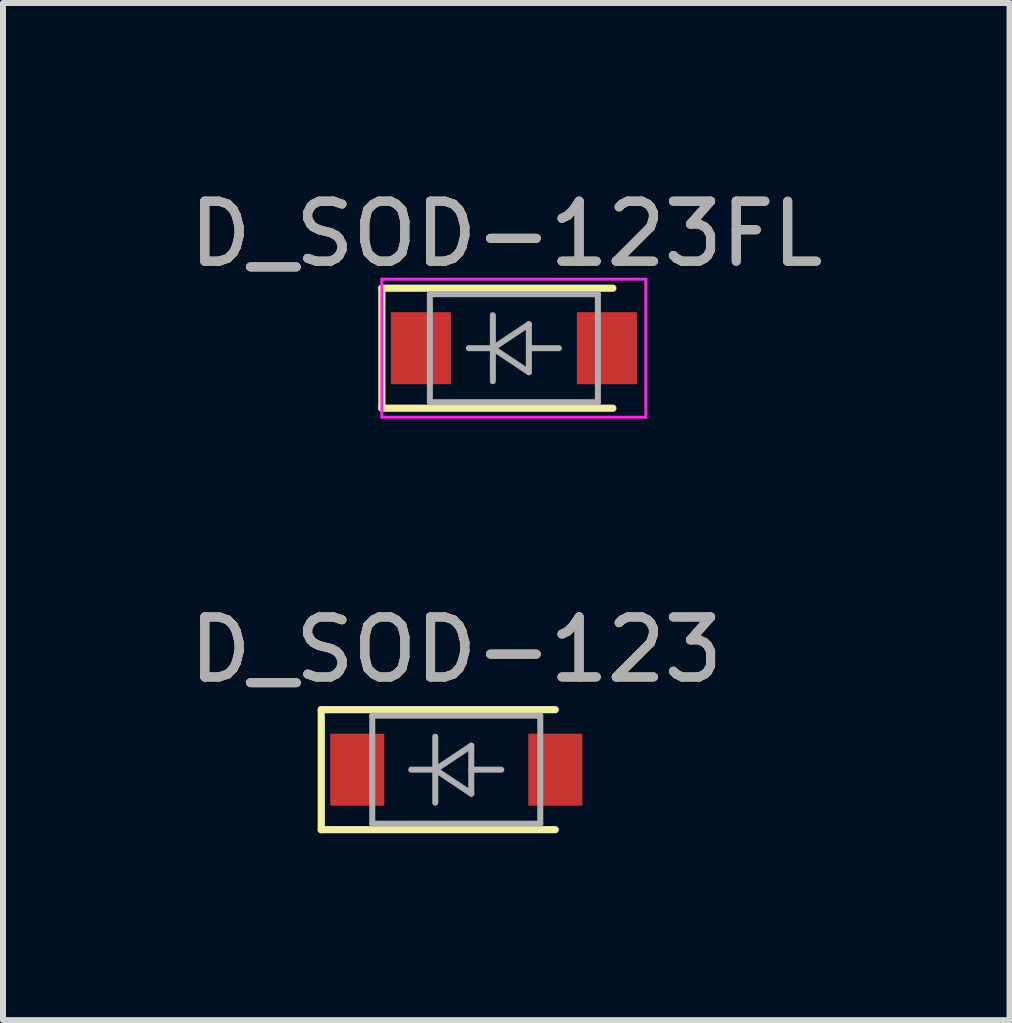
<source format=kicad_pcb>
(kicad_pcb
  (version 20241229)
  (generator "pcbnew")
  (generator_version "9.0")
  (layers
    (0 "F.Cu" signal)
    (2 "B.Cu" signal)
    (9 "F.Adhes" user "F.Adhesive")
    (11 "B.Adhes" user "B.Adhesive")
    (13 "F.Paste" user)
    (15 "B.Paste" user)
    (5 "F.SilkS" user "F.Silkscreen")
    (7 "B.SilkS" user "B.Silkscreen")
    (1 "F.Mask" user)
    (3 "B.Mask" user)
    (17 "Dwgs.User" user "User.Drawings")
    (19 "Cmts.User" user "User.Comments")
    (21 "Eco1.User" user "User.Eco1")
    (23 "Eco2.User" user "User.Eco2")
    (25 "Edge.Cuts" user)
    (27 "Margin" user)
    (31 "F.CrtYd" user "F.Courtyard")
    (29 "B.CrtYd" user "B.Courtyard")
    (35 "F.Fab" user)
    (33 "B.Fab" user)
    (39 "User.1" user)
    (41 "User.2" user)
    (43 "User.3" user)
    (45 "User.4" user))
  (footprint "D_SOD-123FL"
    (layer "F.Cu")
    (at 5.514 2.753)
    (property "Reference" "D_SOD-123FL" (at -0.127 -1.905 0) (layer "F.SilkS") (effects (font (size 1 1) (thickness 0.15))))
    (attr smd)
    (fp_line (start -2.2 -1) (end -2.2 1) (stroke (width 0.12) (type solid)) (layer "F.SilkS"))
    (fp_line (start -2.2 -1) (end 1.65 -1) (stroke (width 0.12) (type solid)) (layer "F.SilkS"))
    (fp_line (start -2.2 1) (end 1.65 1) (stroke (width 0.12) (type solid)) (layer "F.SilkS"))
    (fp_line (start -2.2 -1.15) (end -2.2 1.15) (stroke (width 0.05) (type solid)) (layer "F.CrtYd"))
    (fp_line (start -2.2 -1.15) (end 2.2 -1.15) (stroke (width 0.05) (type solid)) (layer "F.CrtYd"))
    (fp_line (start 2.2 -1.15) (end 2.2 1.15) (stroke (width 0.05) (type solid)) (layer "F.CrtYd"))
    (fp_line (start 2.2 1.15) (end -2.2 1.15) (stroke (width 0.05) (type solid)) (layer "F.CrtYd"))
    (fp_line (start -1.4 -0.9) (end 1.4 -0.9) (stroke (width 0.1) (type solid)) (layer "F.Fab"))
    (fp_line (start -1.4 0.9) (end -1.4 -0.9) (stroke (width 0.1) (type solid)) (layer "F.Fab"))
    (fp_line (start -0.75 0) (end -0.35 0) (stroke (width 0.1) (type solid)) (layer "F.Fab"))
    (fp_line (start -0.35 0) (end -0.35 -0.55) (stroke (width 0.1) (type solid)) (layer "F.Fab"))
    (fp_line (start -0.35 0) (end -0.35 0.55) (stroke (width 0.1) (type solid)) (layer "F.Fab"))
    (fp_line (start -0.35 0) (end 0.25 -0.4) (stroke (width 0.1) (type solid)) (layer "F.Fab"))
    (fp_line (start 0.25 -0.4) (end 0.25 0.4) (stroke (width 0.1) (type solid)) (layer "F.Fab"))
    (fp_line (start 0.25 0) (end 0.75 0) (stroke (width 0.1) (type solid)) (layer "F.Fab"))
    (fp_line (start 0.25 0.4) (end -0.35 0) (stroke (width 0.1) (type solid)) (layer "F.Fab"))
    (fp_line (start 1.4 -0.9) (end 1.4 0.9) (stroke (width 0.1) (type solid)) (layer "F.Fab"))
    (fp_line (start 1.4 0.9) (end -1.4 0.9) (stroke (width 0.1) (type solid)) (layer "F.Fab"))
    (fp_text user "${REFERENCE}" (at -0.127 -1.905 0) (layer "F.Fab") (effects (font (size 1 1) (thickness 0.15))))
    (pad "1" smd rect (at -1.55 0) (size 1 1.2) (layers "F.Cu" "F.Mask" "F.Paste"))
    (pad "2" smd rect (at 1.55 0) (size 1 1.2) (layers "F.Cu" "F.Mask" "F.Paste")))
  (footprint "D_SOD-123"
    (layer "F.Cu")
    (at 4.554 9.777)
    (property "Reference" "D_SOD-123" (at 0 -2 0) (layer "F.SilkS") (effects (font (size 1 1) (thickness 0.15))))
    (attr smd)
    (fp_line (start -2.25 -1) (end -2.25 1) (stroke (width 0.12) (type solid)) (layer "F.SilkS"))
    (fp_line (start -2.25 -1) (end 1.65 -1) (stroke (width 0.12) (type solid)) (layer "F.SilkS"))
    (fp_line (start -2.25 1) (end 1.65 1) (stroke (width 0.12) (type solid)) (layer "F.SilkS"))
    (fp_line (start -2.35 -1.15) (end -2.35 1.15) (stroke (width 0.05) (type solid)) (layer "Eco1.User"))
    (fp_line (start -2.35 -1.15) (end 2.35 -1.15) (stroke (width 0.05) (type solid)) (layer "Eco1.User"))
    (fp_line (start 2.35 -1.15) (end 2.35 1.15) (stroke (width 0.05) (type solid)) (layer "Eco1.User"))
    (fp_line (start 2.35 1.15) (end -2.35 1.15) (stroke (width 0.05) (type solid)) (layer "Eco1.User"))
    (fp_line (start -1.4 -0.9) (end 1.4 -0.9) (stroke (width 0.1) (type solid)) (layer "F.Fab"))
    (fp_line (start -1.4 0.9) (end -1.4 -0.9) (stroke (width 0.1) (type solid)) (layer "F.Fab"))
    (fp_line (start -0.75 0) (end -0.35 0) (stroke (width 0.1) (type solid)) (layer "F.Fab"))
    (fp_line (start -0.35 0) (end -0.35 -0.55) (stroke (width 0.1) (type solid)) (layer "F.Fab"))
    (fp_line (start -0.35 0) (end -0.35 0.55) (stroke (width 0.1) (type solid)) (layer "F.Fab"))
    (fp_line (start -0.35 0) (end 0.25 -0.4) (stroke (width 0.1) (type solid)) (layer "F.Fab"))
    (fp_line (start 0.25 -0.4) (end 0.25 0.4) (stroke (width 0.1) (type solid)) (layer "F.Fab"))
    (fp_line (start 0.25 0) (end 0.75 0) (stroke (width 0.1) (type solid)) (layer "F.Fab"))
    (fp_line (start 0.25 0.4) (end -0.35 0) (stroke (width 0.1) (type solid)) (layer "F.Fab"))
    (fp_line (start 1.4 -0.9) (end 1.4 0.9) (stroke (width 0.1) (type solid)) (layer "F.Fab"))
    (fp_line (start 1.4 0.9) (end -1.4 0.9) (stroke (width 0.1) (type solid)) (layer "F.Fab"))
    (fp_text user "${REFERENCE}" (at 0 -2 0) (layer "F.Fab") (effects (font (size 1 1) (thickness 0.15))))
    (pad "1" smd rect (at -1.65 0) (size 0.9 1.2) (layers "F.Cu" "F.Mask" "F.Paste"))
    (pad "2" smd rect (at 1.65 0) (size 0.9 1.2) (layers "F.Cu" "F.Mask" "F.Paste")))
  (gr_rect
    (start -3 -3)
    (end 13.774 13.951)
    (stroke (width 0.1) (type default))
    (fill no)
    (layer "Edge.Cuts")))
</source>
